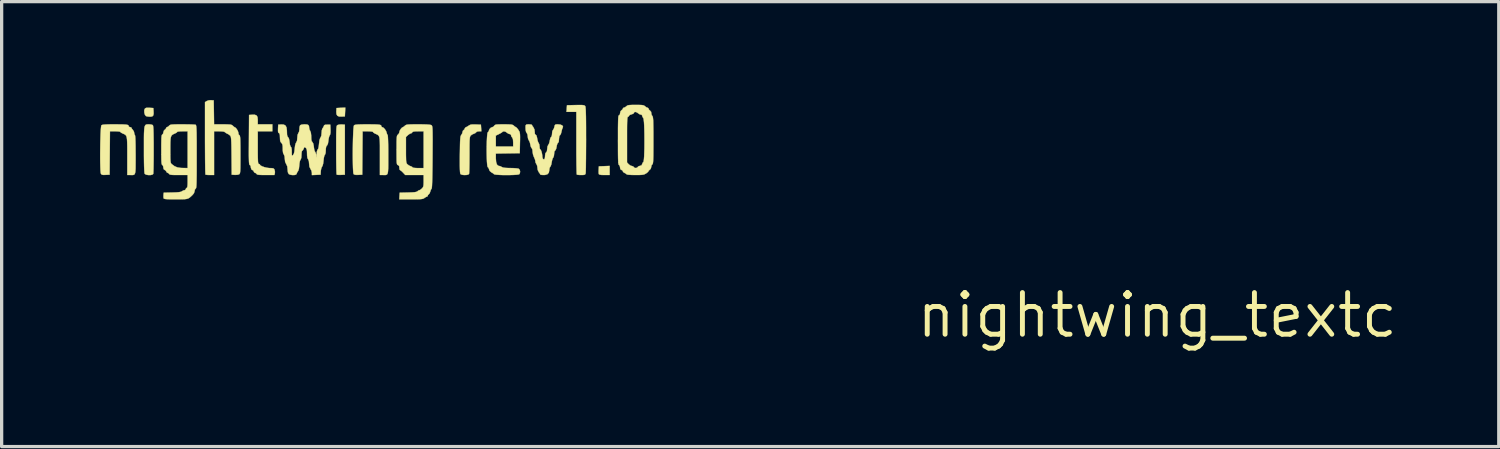
<source format=kicad_pcb>
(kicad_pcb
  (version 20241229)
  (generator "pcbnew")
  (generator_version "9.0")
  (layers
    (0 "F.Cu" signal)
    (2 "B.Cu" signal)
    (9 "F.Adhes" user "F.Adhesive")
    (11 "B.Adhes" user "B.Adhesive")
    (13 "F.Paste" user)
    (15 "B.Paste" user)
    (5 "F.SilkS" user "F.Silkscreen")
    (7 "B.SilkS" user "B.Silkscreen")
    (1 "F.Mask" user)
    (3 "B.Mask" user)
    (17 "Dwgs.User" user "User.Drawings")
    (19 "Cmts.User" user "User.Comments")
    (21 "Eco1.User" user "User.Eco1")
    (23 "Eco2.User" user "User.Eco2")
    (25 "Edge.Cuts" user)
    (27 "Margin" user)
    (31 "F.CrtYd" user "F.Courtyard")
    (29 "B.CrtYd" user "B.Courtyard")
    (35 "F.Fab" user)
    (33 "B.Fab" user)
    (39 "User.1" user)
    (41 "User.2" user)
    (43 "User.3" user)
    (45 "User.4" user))
  (footprint "nightwing_textc"
    (layer "F.Cu")
    (at 32.243 6.563)
    (property "Reference" "nightwing_textc" (at 0 0 0) (layer "F.SilkS") (effects (font (size 1.27 1.27) (thickness 0.15))))
    (attr through_hole)
    (fp_poly (pts (xy -24.769 -6.198) (xy -24.776 -6.064) (xy -24.874 -6.058) (xy -24.951 -6.06) (xy -25 -6.081) (xy -25.007 -6.087) (xy -25.031 -6.131) (xy -25.037 -6.202) (xy -25.036 -6.22) (xy -25.03 -6.318) (xy -24.896 -6.325) (xy -24.763 -6.331) (xy -24.769 -6.198)) (stroke (width 0.01) (type solid)) (fill yes) (layer "F.SilkS"))
    (fp_poly (pts (xy -16.701 -4.276) (xy -16.86 -4.276) (xy -16.95 -4.278) (xy -17.005 -4.287) (xy -17.029 -4.302) (xy -17.031 -4.305) (xy -17.036 -4.342) (xy -17.037 -4.404) (xy -17.035 -4.437) (xy -17.029 -4.54) (xy -16.865 -4.546) (xy -16.701 -4.553) (xy -16.701 -4.276)) (stroke (width 0.01) (type solid)) (fill yes) (layer "F.SilkS"))
    (fp_poly (pts (xy -30.738 -6.325) (xy -30.618 -6.318) (xy -30.611 -6.236) (xy -30.608 -6.147) (xy -30.62 -6.092) (xy -30.651 -6.063) (xy -30.706 -6.054) (xy -30.719 -6.054) (xy -30.783 -6.059) (xy -30.834 -6.071) (xy -30.843 -6.075) (xy -30.873 -6.113) (xy -30.891 -6.175) (xy -30.894 -6.241) (xy -30.882 -6.287) (xy -30.862 -6.312) (xy -30.831 -6.324) (xy -30.775 -6.326) (xy -30.738 -6.325)) (stroke (width 0.01) (type solid)) (fill yes) (layer "F.SilkS"))
    (fp_poly (pts (xy -24.865 -5.817) (xy -24.776 -5.81) (xy -24.776 -4.286) (xy -24.893 -4.28) (xy -24.96 -4.279) (xy -25.009 -4.283) (xy -25.025 -4.289) (xy -25.029 -4.313) (xy -25.032 -4.374) (xy -25.035 -4.468) (xy -25.037 -4.589) (xy -25.039 -4.733) (xy -25.04 -4.895) (xy -25.04 -5.04) (xy -25.04 -5.236) (xy -25.04 -5.394) (xy -25.039 -5.518) (xy -25.037 -5.613) (xy -25.034 -5.682) (xy -25.03 -5.731) (xy -25.025 -5.763) (xy -25.018 -5.782) (xy -25.008 -5.793) (xy -24.997 -5.8) (xy -24.949 -5.813) (xy -24.882 -5.818) (xy -24.865 -5.817)) (stroke (width 0.01) (type solid)) (fill yes) (layer "F.SilkS"))
    (fp_poly (pts (xy -30.747 -5.821) (xy -30.685 -5.815) (xy -30.64 -5.801) (xy -30.632 -5.795) (xy -30.625 -5.776) (xy -30.619 -5.731) (xy -30.614 -5.658) (xy -30.611 -5.554) (xy -30.609 -5.416) (xy -30.607 -5.242) (xy -30.607 -5.056) (xy -30.607 -4.885) (xy -30.608 -4.727) (xy -30.61 -4.587) (xy -30.612 -4.47) (xy -30.615 -4.381) (xy -30.618 -4.325) (xy -30.62 -4.309) (xy -30.649 -4.286) (xy -30.704 -4.274) (xy -30.769 -4.274) (xy -30.831 -4.285) (xy -30.874 -4.307) (xy -30.881 -4.317) (xy -30.888 -4.351) (xy -30.893 -4.424) (xy -30.898 -4.536) (xy -30.901 -4.683) (xy -30.903 -4.864) (xy -30.903 -5.056) (xy -30.903 -5.256) (xy -30.903 -5.418) (xy -30.901 -5.545) (xy -30.896 -5.642) (xy -30.889 -5.714) (xy -30.878 -5.763) (xy -30.862 -5.794) (xy -30.84 -5.812) (xy -30.812 -5.819) (xy -30.777 -5.821) (xy -30.747 -5.821)) (stroke (width 0.01) (type solid)) (fill yes) (layer "F.SilkS"))
    (fp_poly (pts (xy -17.548 -6.41) (xy -17.498 -6.405) (xy -17.468 -6.396) (xy -17.45 -6.382) (xy -17.447 -6.378) (xy -17.44 -6.36) (xy -17.435 -6.322) (xy -17.43 -6.261) (xy -17.427 -6.175) (xy -17.424 -6.06) (xy -17.422 -5.914) (xy -17.421 -5.733) (xy -17.421 -5.515) (xy -17.42 -5.356) (xy -17.421 -5.155) (xy -17.422 -4.965) (xy -17.423 -4.791) (xy -17.425 -4.638) (xy -17.426 -4.511) (xy -17.429 -4.412) (xy -17.431 -4.348) (xy -17.434 -4.323) (xy -17.446 -4.296) (xy -17.47 -4.282) (xy -17.519 -4.276) (xy -17.567 -4.276) (xy -17.635 -4.278) (xy -17.685 -4.284) (xy -17.702 -4.29) (xy -17.705 -4.313) (xy -17.708 -4.375) (xy -17.71 -4.47) (xy -17.713 -4.594) (xy -17.714 -4.744) (xy -17.716 -4.914) (xy -17.716 -5.101) (xy -17.716 -5.253) (xy -17.716 -6.202) (xy -18.015 -6.202) (xy -18.009 -6.302) (xy -18.002 -6.403) (xy -17.738 -6.409) (xy -17.626 -6.411) (xy -17.548 -6.41)) (stroke (width 0.01) (type solid)) (fill yes) (layer "F.SilkS"))
    (fp_poly (pts (xy -20.784 -5.817) (xy -20.627 -5.81) (xy -20.614 -5.609) (xy -20.687 -5.609) (xy -20.742 -5.601) (xy -20.771 -5.581) (xy -20.771 -5.58) (xy -20.798 -5.554) (xy -20.837 -5.537) (xy -20.896 -5.511) (xy -20.934 -5.482) (xy -20.947 -5.467) (xy -20.957 -5.447) (xy -20.964 -5.418) (xy -20.969 -5.374) (xy -20.973 -5.31) (xy -20.975 -5.22) (xy -20.976 -5.1) (xy -20.976 -4.944) (xy -20.976 -4.891) (xy -20.977 -4.742) (xy -20.978 -4.605) (xy -20.98 -4.487) (xy -20.983 -4.395) (xy -20.986 -4.333) (xy -20.989 -4.309) (xy -21.017 -4.288) (xy -21.071 -4.277) (xy -21.137 -4.275) (xy -21.2 -4.282) (xy -21.244 -4.3) (xy -21.25 -4.306) (xy -21.258 -4.329) (xy -21.264 -4.379) (xy -21.268 -4.459) (xy -21.27 -4.571) (xy -21.27 -4.72) (xy -21.269 -4.896) (xy -21.266 -5.067) (xy -21.264 -5.201) (xy -21.261 -5.302) (xy -21.256 -5.376) (xy -21.251 -5.428) (xy -21.244 -5.462) (xy -21.234 -5.485) (xy -21.225 -5.498) (xy -21.196 -5.547) (xy -21.188 -5.585) (xy -21.175 -5.627) (xy -21.156 -5.644) (xy -21.128 -5.671) (xy -21.124 -5.686) (xy -21.107 -5.718) (xy -21.087 -5.73) (xy -21.044 -5.752) (xy -20.996 -5.783) (xy -20.957 -5.805) (xy -20.908 -5.816) (xy -20.834 -5.818) (xy -20.784 -5.817)) (stroke (width 0.01) (type solid)) (fill yes) (layer "F.SilkS"))
    (fp_poly (pts (xy -27.522 -6.113) (xy -27.469 -6.092) (xy -27.441 -6.045) (xy -27.432 -5.965) (xy -27.432 -5.947) (xy -27.432 -5.821) (xy -26.988 -5.821) (xy -26.988 -5.609) (xy -27.432 -5.609) (xy -27.432 -5.112) (xy -27.432 -4.952) (xy -27.431 -4.83) (xy -27.428 -4.74) (xy -27.425 -4.679) (xy -27.419 -4.641) (xy -27.412 -4.621) (xy -27.402 -4.614) (xy -27.4 -4.614) (xy -27.372 -4.604) (xy -27.369 -4.595) (xy -27.349 -4.568) (xy -27.299 -4.54) (xy -27.229 -4.515) (xy -27.15 -4.496) (xy -27.074 -4.487) (xy -27.065 -4.487) (xy -26.995 -4.485) (xy -26.954 -4.476) (xy -26.931 -4.456) (xy -26.921 -4.436) (xy -26.908 -4.375) (xy -26.911 -4.33) (xy -26.925 -4.276) (xy -27.19 -4.276) (xy -27.304 -4.277) (xy -27.382 -4.28) (xy -27.431 -4.286) (xy -27.457 -4.296) (xy -27.467 -4.307) (xy -27.494 -4.336) (xy -27.51 -4.339) (xy -27.541 -4.357) (xy -27.553 -4.381) (xy -27.573 -4.416) (xy -27.591 -4.424) (xy -27.622 -4.443) (xy -27.641 -4.492) (xy -27.644 -4.529) (xy -27.659 -4.568) (xy -27.676 -4.58) (xy -27.684 -4.587) (xy -27.691 -4.606) (xy -27.696 -4.639) (xy -27.7 -4.69) (xy -27.702 -4.764) (xy -27.704 -4.865) (xy -27.704 -4.997) (xy -27.703 -5.163) (xy -27.702 -5.349) (xy -27.697 -6.107) (xy -27.607 -6.113) (xy -27.522 -6.113)) (stroke (width 0.01) (type solid)) (fill yes) (layer "F.SilkS"))
    (fp_poly (pts (xy -28.776 -6.551) (xy -28.77 -6.186) (xy -28.765 -5.821) (xy -28.5 -5.821) (xy -28.388 -5.82) (xy -28.311 -5.817) (xy -28.259 -5.812) (xy -28.225 -5.801) (xy -28.202 -5.786) (xy -28.194 -5.779) (xy -28.16 -5.748) (xy -28.142 -5.736) (xy -28.11 -5.719) (xy -28.073 -5.676) (xy -28.042 -5.623) (xy -28.025 -5.574) (xy -28.025 -5.565) (xy -28.015 -5.514) (xy -27.993 -5.49) (xy -27.983 -5.481) (xy -27.976 -5.46) (xy -27.97 -5.422) (xy -27.966 -5.363) (xy -27.964 -5.278) (xy -27.962 -5.162) (xy -27.961 -5.011) (xy -27.961 -4.899) (xy -27.961 -4.727) (xy -27.962 -4.593) (xy -27.963 -4.491) (xy -27.966 -4.417) (xy -27.97 -4.367) (xy -27.976 -4.334) (xy -27.984 -4.314) (xy -27.994 -4.303) (xy -28.004 -4.296) (xy -28.053 -4.283) (xy -28.119 -4.279) (xy -28.137 -4.28) (xy -28.226 -4.286) (xy -28.231 -4.863) (xy -28.233 -5.036) (xy -28.235 -5.171) (xy -28.238 -5.273) (xy -28.242 -5.349) (xy -28.247 -5.402) (xy -28.253 -5.437) (xy -28.262 -5.461) (xy -28.273 -5.476) (xy -28.277 -5.48) (xy -28.324 -5.517) (xy -28.359 -5.534) (xy -28.407 -5.56) (xy -28.428 -5.578) (xy -28.46 -5.597) (xy -28.522 -5.606) (xy -28.609 -5.609) (xy -28.765 -5.609) (xy -28.765 -4.276) (xy -28.889 -4.276) (xy -28.958 -4.278) (xy -29.009 -4.284) (xy -29.027 -4.29) (xy -29.029 -4.313) (xy -29.032 -4.375) (xy -29.034 -4.471) (xy -29.036 -4.597) (xy -29.038 -4.749) (xy -29.039 -4.924) (xy -29.04 -5.118) (xy -29.041 -5.325) (xy -29.041 -5.401) (xy -29.041 -6.497) (xy -28.989 -6.531) (xy -28.924 -6.554) (xy -28.857 -6.558) (xy -28.776 -6.551)) (stroke (width 0.01) (type solid)) (fill yes) (layer "F.SilkS"))
    (fp_poly (pts (xy -23.951 -5.82) (xy -23.841 -5.818) (xy -23.763 -5.814) (xy -23.711 -5.807) (xy -23.681 -5.797) (xy -23.667 -5.782) (xy -23.664 -5.766) (xy -23.649 -5.739) (xy -23.638 -5.736) (xy -23.598 -5.718) (xy -23.555 -5.673) (xy -23.519 -5.615) (xy -23.503 -5.569) (xy -23.488 -5.519) (xy -23.471 -5.491) (xy -23.471 -5.491) (xy -23.466 -5.468) (xy -23.462 -5.408) (xy -23.458 -5.316) (xy -23.455 -5.199) (xy -23.453 -5.061) (xy -23.453 -4.909) (xy -23.453 -4.891) (xy -23.453 -4.713) (xy -23.453 -4.573) (xy -23.455 -4.467) (xy -23.46 -4.389) (xy -23.468 -4.336) (xy -23.482 -4.302) (xy -23.503 -4.284) (xy -23.531 -4.276) (xy -23.567 -4.275) (xy -23.613 -4.276) (xy -23.707 -4.276) (xy -23.707 -4.861) (xy -23.707 -5.037) (xy -23.707 -5.176) (xy -23.709 -5.283) (xy -23.714 -5.362) (xy -23.722 -5.419) (xy -23.735 -5.458) (xy -23.754 -5.485) (xy -23.78 -5.504) (xy -23.813 -5.521) (xy -23.85 -5.536) (xy -23.895 -5.562) (xy -23.918 -5.585) (xy -23.918 -5.588) (xy -23.938 -5.599) (xy -23.991 -5.606) (xy -24.067 -5.609) (xy -24.077 -5.609) (xy -24.235 -5.609) (xy -24.246 -4.286) (xy -24.365 -4.28) (xy -24.447 -4.28) (xy -24.495 -4.293) (xy -24.509 -4.305) (xy -24.517 -4.335) (xy -24.523 -4.402) (xy -24.528 -4.498) (xy -24.531 -4.619) (xy -24.533 -4.757) (xy -24.534 -4.906) (xy -24.533 -5.062) (xy -24.531 -5.216) (xy -24.528 -5.364) (xy -24.523 -5.5) (xy -24.518 -5.616) (xy -24.511 -5.707) (xy -24.503 -5.768) (xy -24.496 -5.79) (xy -24.476 -5.802) (xy -24.438 -5.81) (xy -24.378 -5.816) (xy -24.289 -5.819) (xy -24.165 -5.821) (xy -24.098 -5.821) (xy -23.951 -5.82)) (stroke (width 0.01) (type solid)) (fill yes) (layer "F.SilkS"))
    (fp_poly (pts (xy -31.656 -5.82) (xy -31.546 -5.818) (xy -31.468 -5.814) (xy -31.416 -5.807) (xy -31.386 -5.797) (xy -31.372 -5.782) (xy -31.369 -5.766) (xy -31.351 -5.742) (xy -31.327 -5.736) (xy -31.292 -5.727) (xy -31.284 -5.715) (xy -31.271 -5.686) (xy -31.242 -5.652) (xy -31.21 -5.602) (xy -31.2 -5.557) (xy -31.192 -5.513) (xy -31.178 -5.493) (xy -31.172 -5.468) (xy -31.166 -5.403) (xy -31.162 -5.3) (xy -31.159 -5.163) (xy -31.158 -4.993) (xy -31.157 -4.891) (xy -31.157 -4.713) (xy -31.158 -4.573) (xy -31.159 -4.467) (xy -31.164 -4.389) (xy -31.173 -4.336) (xy -31.187 -4.302) (xy -31.207 -4.284) (xy -31.235 -4.276) (xy -31.272 -4.275) (xy -31.318 -4.276) (xy -31.411 -4.276) (xy -31.411 -4.858) (xy -31.411 -5.037) (xy -31.412 -5.178) (xy -31.415 -5.287) (xy -31.42 -5.368) (xy -31.429 -5.427) (xy -31.443 -5.468) (xy -31.463 -5.495) (xy -31.49 -5.515) (xy -31.525 -5.531) (xy -31.555 -5.544) (xy -31.601 -5.567) (xy -31.623 -5.588) (xy -31.623 -5.591) (xy -31.642 -5.599) (xy -31.694 -5.606) (xy -31.767 -5.609) (xy -31.781 -5.609) (xy -31.94 -5.609) (xy -31.951 -4.286) (xy -32.072 -4.28) (xy -32.142 -4.278) (xy -32.183 -4.285) (xy -32.207 -4.304) (xy -32.216 -4.318) (xy -32.223 -4.353) (xy -32.229 -4.424) (xy -32.233 -4.523) (xy -32.236 -4.646) (xy -32.238 -4.785) (xy -32.238 -4.935) (xy -32.236 -5.09) (xy -32.234 -5.243) (xy -32.23 -5.389) (xy -32.226 -5.521) (xy -32.22 -5.634) (xy -32.213 -5.721) (xy -32.206 -5.775) (xy -32.2 -5.791) (xy -32.179 -5.803) (xy -32.139 -5.811) (xy -32.074 -5.816) (xy -31.978 -5.82) (xy -31.848 -5.821) (xy -31.803 -5.821) (xy -31.656 -5.82)) (stroke (width 0.01) (type solid)) (fill yes) (layer "F.SilkS"))
    (fp_poly (pts (xy -19.816 -5.82) (xy -19.738 -5.817) (xy -19.687 -5.812) (xy -19.653 -5.801) (xy -19.629 -5.786) (xy -19.622 -5.779) (xy -19.585 -5.748) (xy -19.561 -5.736) (xy -19.539 -5.72) (xy -19.504 -5.68) (xy -19.486 -5.655) (xy -19.465 -5.622) (xy -19.449 -5.592) (xy -19.44 -5.556) (xy -19.435 -5.507) (xy -19.433 -5.436) (xy -19.434 -5.335) (xy -19.436 -5.258) (xy -19.442 -4.942) (xy -20.172 -4.931) (xy -20.172 -4.783) (xy -20.163 -4.669) (xy -20.137 -4.593) (xy -20.093 -4.555) (xy -20.065 -4.551) (xy -20.023 -4.539) (xy -19.991 -4.52) (xy -19.954 -4.504) (xy -19.891 -4.494) (xy -19.796 -4.489) (xy -19.731 -4.488) (xy -19.635 -4.486) (xy -19.552 -4.48) (xy -19.493 -4.472) (xy -19.472 -4.465) (xy -19.441 -4.428) (xy -19.431 -4.373) (xy -19.444 -4.319) (xy -19.456 -4.301) (xy -19.487 -4.291) (xy -19.551 -4.283) (xy -19.639 -4.278) (xy -19.743 -4.275) (xy -19.854 -4.274) (xy -19.965 -4.275) (xy -20.066 -4.279) (xy -20.15 -4.285) (xy -20.207 -4.293) (xy -20.229 -4.303) (xy -20.26 -4.33) (xy -20.305 -4.355) (xy -20.358 -4.4) (xy -20.376 -4.443) (xy -20.394 -4.492) (xy -20.418 -4.517) (xy -20.428 -4.541) (xy -20.436 -4.601) (xy -20.443 -4.689) (xy -20.447 -4.798) (xy -20.45 -4.92) (xy -20.451 -5.05) (xy -20.449 -5.18) (xy -20.446 -5.303) (xy -20.441 -5.411) (xy -20.436 -5.478) (xy -20.172 -5.478) (xy -20.172 -5.144) (xy -19.643 -5.144) (xy -19.643 -5.268) (xy -19.648 -5.357) (xy -19.666 -5.409) (xy -19.674 -5.419) (xy -19.702 -5.46) (xy -19.706 -5.485) (xy -19.722 -5.518) (xy -19.748 -5.524) (xy -19.795 -5.539) (xy -19.833 -5.567) (xy -19.882 -5.599) (xy -19.932 -5.609) (xy -19.967 -5.593) (xy -19.97 -5.59) (xy -19.994 -5.57) (xy -20.044 -5.541) (xy -20.077 -5.524) (xy -20.172 -5.478) (xy -20.436 -5.478) (xy -20.434 -5.498) (xy -20.426 -5.557) (xy -20.415 -5.58) (xy -20.388 -5.609) (xy -20.384 -5.629) (xy -20.366 -5.675) (xy -20.326 -5.716) (xy -20.28 -5.736) (xy -20.276 -5.736) (xy -20.242 -5.752) (xy -20.219 -5.779) (xy -20.205 -5.796) (xy -20.182 -5.808) (xy -20.145 -5.816) (xy -20.084 -5.819) (xy -19.993 -5.821) (xy -19.928 -5.821) (xy -19.816 -5.82)) (stroke (width 0.01) (type solid)) (fill yes) (layer "F.SilkS"))
    (fp_poly (pts (xy -22.386 -5.82) (xy -22.274 -5.816) (xy -22.196 -5.81) (xy -22.149 -5.801) (xy -22.133 -5.794) (xy -22.124 -5.785) (xy -22.117 -5.77) (xy -22.111 -5.746) (xy -22.106 -5.708) (xy -22.103 -5.653) (xy -22.101 -5.578) (xy -22.1 -5.477) (xy -22.099 -5.349) (xy -22.1 -5.188) (xy -22.101 -4.992) (xy -22.102 -4.819) (xy -22.104 -4.57) (xy -22.107 -4.361) (xy -22.11 -4.191) (xy -22.114 -4.057) (xy -22.118 -3.959) (xy -22.123 -3.895) (xy -22.129 -3.862) (xy -22.132 -3.857) (xy -22.153 -3.827) (xy -22.17 -3.776) (xy -22.171 -3.772) (xy -22.19 -3.72) (xy -22.214 -3.691) (xy -22.216 -3.69) (xy -22.243 -3.663) (xy -22.246 -3.649) (xy -22.259 -3.622) (xy -22.269 -3.619) (xy -22.301 -3.607) (xy -22.345 -3.578) (xy -22.346 -3.577) (xy -22.369 -3.562) (xy -22.398 -3.55) (xy -22.438 -3.543) (xy -22.497 -3.538) (xy -22.582 -3.536) (xy -22.7 -3.535) (xy -22.758 -3.535) (xy -23.116 -3.535) (xy -23.11 -3.635) (xy -23.103 -3.736) (xy -22.846 -3.742) (xy -22.728 -3.746) (xy -22.646 -3.752) (xy -22.595 -3.762) (xy -22.567 -3.775) (xy -22.563 -3.779) (xy -22.528 -3.805) (xy -22.509 -3.81) (xy -22.476 -3.824) (xy -22.433 -3.858) (xy -22.427 -3.864) (xy -22.4 -3.894) (xy -22.384 -3.927) (xy -22.376 -3.974) (xy -22.373 -4.047) (xy -22.373 -4.097) (xy -22.373 -4.276) (xy -22.934 -4.276) (xy -23.002 -4.35) (xy -23.047 -4.394) (xy -23.082 -4.42) (xy -23.092 -4.424) (xy -23.107 -4.442) (xy -23.114 -4.488) (xy -23.114 -4.495) (xy -23.121 -4.55) (xy -23.147 -4.575) (xy -23.156 -4.578) (xy -23.17 -4.584) (xy -23.181 -4.595) (xy -23.188 -4.619) (xy -23.194 -4.659) (xy -23.197 -4.722) (xy -23.198 -4.814) (xy -23.199 -4.938) (xy -23.199 -5.036) (xy -23.198 -5.184) (xy -23.198 -5.296) (xy -23.195 -5.377) (xy -23.191 -5.433) (xy -23.191 -5.436) (xy -22.913 -5.436) (xy -22.913 -5.041) (xy -22.913 -4.902) (xy -22.911 -4.799) (xy -22.909 -4.725) (xy -22.904 -4.675) (xy -22.896 -4.642) (xy -22.884 -4.62) (xy -22.869 -4.602) (xy -22.868 -4.602) (xy -22.815 -4.563) (xy -22.768 -4.543) (xy -22.727 -4.526) (xy -22.712 -4.508) (xy -22.692 -4.498) (xy -22.639 -4.491) (xy -22.561 -4.487) (xy -22.543 -4.487) (xy -22.373 -4.487) (xy -22.373 -5.609) (xy -22.54 -5.609) (xy -22.63 -5.607) (xy -22.685 -5.6) (xy -22.713 -5.587) (xy -22.719 -5.577) (xy -22.747 -5.549) (xy -22.763 -5.546) (xy -22.798 -5.532) (xy -22.845 -5.499) (xy -22.854 -5.491) (xy -22.913 -5.436) (xy -23.191 -5.436) (xy -23.185 -5.468) (xy -23.176 -5.49) (xy -23.164 -5.503) (xy -23.156 -5.508) (xy -23.123 -5.549) (xy -23.114 -5.585) (xy -23.101 -5.629) (xy -23.071 -5.679) (xy -23.034 -5.72) (xy -23.003 -5.736) (xy -22.978 -5.75) (xy -22.945 -5.779) (xy -22.926 -5.794) (xy -22.902 -5.805) (xy -22.866 -5.813) (xy -22.812 -5.817) (xy -22.732 -5.82) (xy -22.62 -5.821) (xy -22.536 -5.821) (xy -22.386 -5.82)) (stroke (width 0.01) (type solid)) (fill yes) (layer "F.SilkS"))
    (fp_poly (pts (xy -18.2 -5.812) (xy -18.146 -5.788) (xy -18.123 -5.753) (xy -18.132 -5.721) (xy -18.151 -5.675) (xy -18.167 -5.611) (xy -18.171 -5.591) (xy -18.187 -5.533) (xy -18.208 -5.495) (xy -18.216 -5.489) (xy -18.237 -5.459) (xy -18.245 -5.389) (xy -18.246 -5.373) (xy -18.252 -5.297) (xy -18.271 -5.26) (xy -18.275 -5.258) (xy -18.295 -5.232) (xy -18.312 -5.177) (xy -18.318 -5.141) (xy -18.333 -5.073) (xy -18.354 -5.031) (xy -18.363 -5.024) (xy -18.386 -4.993) (xy -18.394 -4.923) (xy -18.394 -4.922) (xy -18.401 -4.857) (xy -18.418 -4.813) (xy -18.423 -4.807) (xy -18.442 -4.773) (xy -18.459 -4.713) (xy -18.467 -4.668) (xy -18.48 -4.599) (xy -18.499 -4.546) (xy -18.512 -4.529) (xy -18.532 -4.492) (xy -18.542 -4.434) (xy -18.542 -4.425) (xy -18.555 -4.349) (xy -18.596 -4.301) (xy -18.669 -4.278) (xy -18.718 -4.276) (xy -18.776 -4.279) (xy -18.812 -4.288) (xy -18.817 -4.294) (xy -18.83 -4.321) (xy -18.86 -4.36) (xy -18.894 -4.43) (xy -18.902 -4.492) (xy -18.91 -4.554) (xy -18.929 -4.601) (xy -18.934 -4.607) (xy -18.959 -4.653) (xy -18.965 -4.69) (xy -18.975 -4.742) (xy -19 -4.805) (xy -19.008 -4.82) (xy -19.036 -4.896) (xy -19.05 -4.978) (xy -19.05 -4.989) (xy -19.057 -5.053) (xy -19.074 -5.091) (xy -19.079 -5.095) (xy -19.099 -5.125) (xy -19.115 -5.18) (xy -19.119 -5.203) (xy -19.134 -5.269) (xy -19.157 -5.322) (xy -19.165 -5.332) (xy -19.187 -5.377) (xy -19.198 -5.44) (xy -19.198 -5.45) (xy -19.206 -5.509) (xy -19.224 -5.55) (xy -19.228 -5.554) (xy -19.249 -5.589) (xy -19.262 -5.646) (xy -19.263 -5.662) (xy -19.266 -5.743) (xy -19.262 -5.79) (xy -19.244 -5.813) (xy -19.207 -5.82) (xy -19.166 -5.821) (xy -19.11 -5.817) (xy -19.076 -5.808) (xy -19.071 -5.803) (xy -19.059 -5.776) (xy -19.029 -5.736) (xy -18.994 -5.664) (xy -18.986 -5.595) (xy -18.981 -5.532) (xy -18.965 -5.505) (xy -18.957 -5.503) (xy -18.934 -5.482) (xy -18.916 -5.42) (xy -18.912 -5.393) (xy -18.898 -5.325) (xy -18.879 -5.271) (xy -18.868 -5.254) (xy -18.849 -5.215) (xy -18.839 -5.155) (xy -18.838 -5.142) (xy -18.834 -5.09) (xy -18.822 -5.061) (xy -18.818 -5.059) (xy -18.8 -5.04) (xy -18.78 -4.992) (xy -18.764 -4.927) (xy -18.755 -4.859) (xy -18.754 -4.834) (xy -18.744 -4.785) (xy -18.722 -4.756) (xy -18.697 -4.754) (xy -18.681 -4.776) (xy -18.673 -4.819) (xy -18.669 -4.878) (xy -18.669 -4.881) (xy -18.66 -4.94) (xy -18.637 -4.967) (xy -18.614 -4.997) (xy -18.606 -5.065) (xy -18.605 -5.07) (xy -18.596 -5.146) (xy -18.571 -5.196) (xy -18.571 -5.196) (xy -18.547 -5.238) (xy -18.53 -5.301) (xy -18.526 -5.326) (xy -18.513 -5.386) (xy -18.495 -5.426) (xy -18.486 -5.433) (xy -18.466 -5.462) (xy -18.457 -5.525) (xy -18.457 -5.535) (xy -18.451 -5.599) (xy -18.433 -5.644) (xy -18.428 -5.65) (xy -18.404 -5.686) (xy -18.386 -5.742) (xy -18.385 -5.748) (xy -18.373 -5.794) (xy -18.352 -5.815) (xy -18.308 -5.821) (xy -18.281 -5.821) (xy -18.2 -5.812)) (stroke (width 0.01) (type solid)) (fill yes) (layer "F.SilkS"))
    (fp_poly (pts (xy -29.608 -5.82) (xy -29.499 -5.818) (xy -29.41 -5.815) (xy -29.35 -5.811) (xy -29.328 -5.808) (xy -29.32 -5.801) (xy -29.314 -5.786) (xy -29.308 -5.758) (xy -29.304 -5.714) (xy -29.301 -5.65) (xy -29.298 -5.563) (xy -29.297 -5.45) (xy -29.295 -5.305) (xy -29.295 -5.127) (xy -29.295 -4.911) (xy -29.295 -4.834) (xy -29.295 -4.604) (xy -29.295 -4.413) (xy -29.296 -4.258) (xy -29.298 -4.134) (xy -29.3 -4.038) (xy -29.303 -3.967) (xy -29.307 -3.917) (xy -29.312 -3.885) (xy -29.319 -3.867) (xy -29.326 -3.86) (xy -29.326 -3.86) (xy -29.35 -3.832) (xy -29.358 -3.788) (xy -29.378 -3.722) (xy -29.42 -3.669) (xy -29.47 -3.621) (xy -29.511 -3.586) (xy -29.551 -3.562) (xy -29.598 -3.547) (xy -29.66 -3.539) (xy -29.744 -3.536) (xy -29.858 -3.535) (xy -29.935 -3.535) (xy -30.07 -3.535) (xy -30.169 -3.538) (xy -30.236 -3.542) (xy -30.277 -3.549) (xy -30.298 -3.558) (xy -30.302 -3.565) (xy -30.308 -3.605) (xy -30.307 -3.663) (xy -30.307 -3.665) (xy -30.3 -3.736) (xy -30.039 -3.742) (xy -29.918 -3.746) (xy -29.833 -3.753) (xy -29.779 -3.763) (xy -29.749 -3.776) (xy -29.746 -3.779) (xy -29.701 -3.805) (xy -29.674 -3.81) (xy -29.641 -3.823) (xy -29.633 -3.839) (xy -29.616 -3.872) (xy -29.602 -3.881) (xy -29.586 -3.896) (xy -29.576 -3.932) (xy -29.571 -3.997) (xy -29.57 -4.085) (xy -29.57 -4.276) (xy -29.846 -4.276) (xy -29.962 -4.276) (xy -30.043 -4.279) (xy -30.094 -4.285) (xy -30.122 -4.295) (xy -30.134 -4.307) (xy -30.161 -4.336) (xy -30.177 -4.339) (xy -30.208 -4.357) (xy -30.219 -4.38) (xy -30.247 -4.418) (xy -30.27 -4.43) (xy -30.302 -4.455) (xy -30.311 -4.504) (xy -30.321 -4.555) (xy -30.342 -4.58) (xy -30.353 -4.589) (xy -30.361 -4.612) (xy -30.367 -4.654) (xy -30.371 -4.72) (xy -30.373 -4.814) (xy -30.374 -4.942) (xy -30.374 -5.042) (xy -30.099 -5.042) (xy -30.099 -4.903) (xy -30.098 -4.8) (xy -30.095 -4.727) (xy -30.09 -4.678) (xy -30.083 -4.645) (xy -30.072 -4.624) (xy -30.056 -4.608) (xy -30.051 -4.604) (xy -29.97 -4.544) (xy -29.884 -4.508) (xy -29.781 -4.492) (xy -29.723 -4.49) (xy -29.57 -4.487) (xy -29.57 -5.609) (xy -29.729 -5.609) (xy -29.804 -5.607) (xy -29.861 -5.601) (xy -29.887 -5.592) (xy -29.887 -5.591) (xy -29.905 -5.571) (xy -29.948 -5.547) (xy -29.955 -5.544) (xy -30.003 -5.523) (xy -30.039 -5.501) (xy -30.065 -5.473) (xy -30.082 -5.432) (xy -30.092 -5.373) (xy -30.097 -5.288) (xy -30.099 -5.172) (xy -30.099 -5.042) (xy -30.374 -5.042) (xy -30.374 -5.045) (xy -30.374 -5.198) (xy -30.372 -5.314) (xy -30.37 -5.397) (xy -30.365 -5.454) (xy -30.359 -5.488) (xy -30.35 -5.506) (xy -30.342 -5.511) (xy -30.318 -5.539) (xy -30.311 -5.577) (xy -30.294 -5.63) (xy -30.268 -5.656) (xy -30.235 -5.687) (xy -30.226 -5.71) (xy -30.209 -5.734) (xy -30.199 -5.736) (xy -30.166 -5.751) (xy -30.136 -5.779) (xy -30.12 -5.794) (xy -30.098 -5.805) (xy -30.064 -5.813) (xy -30.012 -5.817) (xy -29.934 -5.82) (xy -29.825 -5.821) (xy -29.731 -5.821) (xy -29.608 -5.82)) (stroke (width 0.01) (type solid)) (fill yes) (layer "F.SilkS"))
    (fp_poly (pts (xy -15.799 -6.413) (xy -15.726 -6.41) (xy -15.678 -6.403) (xy -15.646 -6.391) (xy -15.623 -6.373) (xy -15.621 -6.371) (xy -15.579 -6.34) (xy -15.547 -6.329) (xy -15.519 -6.312) (xy -15.515 -6.298) (xy -15.498 -6.264) (xy -15.473 -6.244) (xy -15.437 -6.203) (xy -15.431 -6.161) (xy -15.42 -6.108) (xy -15.399 -6.075) (xy -15.39 -6.062) (xy -15.383 -6.039) (xy -15.378 -5.999) (xy -15.373 -5.94) (xy -15.371 -5.857) (xy -15.369 -5.746) (xy -15.367 -5.602) (xy -15.367 -5.423) (xy -15.367 -5.331) (xy -15.367 -5.135) (xy -15.368 -4.977) (xy -15.369 -4.853) (xy -15.372 -4.759) (xy -15.375 -4.692) (xy -15.38 -4.646) (xy -15.386 -4.618) (xy -15.394 -4.604) (xy -15.399 -4.601) (xy -15.422 -4.572) (xy -15.431 -4.528) (xy -15.447 -4.467) (xy -15.473 -4.44) (xy -15.506 -4.411) (xy -15.516 -4.392) (xy -15.533 -4.369) (xy -15.574 -4.335) (xy -15.592 -4.323) (xy -15.628 -4.303) (xy -15.667 -4.289) (xy -15.718 -4.281) (xy -15.791 -4.277) (xy -15.895 -4.276) (xy -15.918 -4.276) (xy -16.032 -4.278) (xy -16.118 -4.283) (xy -16.17 -4.291) (xy -16.183 -4.298) (xy -16.212 -4.322) (xy -16.247 -4.34) (xy -16.286 -4.365) (xy -16.298 -4.389) (xy -16.316 -4.418) (xy -16.341 -4.43) (xy -16.374 -4.454) (xy -16.383 -4.504) (xy -16.393 -4.555) (xy -16.415 -4.58) (xy -16.423 -4.588) (xy -16.43 -4.607) (xy -16.436 -4.641) (xy -16.44 -4.695) (xy -16.443 -4.772) (xy -16.445 -4.877) (xy -16.446 -5.012) (xy -16.446 -5.183) (xy -16.447 -5.344) (xy -16.446 -5.356) (xy -16.171 -5.356) (xy -16.171 -4.659) (xy -16.121 -4.605) (xy -16.074 -4.568) (xy -16.028 -4.551) (xy -16.025 -4.551) (xy -15.983 -4.538) (xy -15.967 -4.519) (xy -15.939 -4.494) (xy -15.895 -4.489) (xy -15.857 -4.504) (xy -15.847 -4.518) (xy -15.819 -4.542) (xy -15.776 -4.555) (xy -15.728 -4.571) (xy -15.709 -4.61) (xy -15.692 -4.653) (xy -15.672 -4.671) (xy -15.663 -4.695) (xy -15.655 -4.755) (xy -15.648 -4.845) (xy -15.644 -4.958) (xy -15.64 -5.089) (xy -15.639 -5.231) (xy -15.639 -5.377) (xy -15.64 -5.522) (xy -15.643 -5.659) (xy -15.647 -5.782) (xy -15.653 -5.885) (xy -15.661 -5.961) (xy -15.67 -6.005) (xy -15.674 -6.011) (xy -15.701 -6.053) (xy -15.706 -6.077) (xy -15.722 -6.111) (xy -15.748 -6.117) (xy -15.794 -6.132) (xy -15.833 -6.16) (xy -15.878 -6.19) (xy -15.922 -6.201) (xy -15.953 -6.19) (xy -15.96 -6.171) (xy -15.979 -6.146) (xy -16.03 -6.127) (xy -16.034 -6.126) (xy -16.084 -6.109) (xy -16.108 -6.086) (xy -16.108 -6.083) (xy -16.125 -6.057) (xy -16.14 -6.054) (xy -16.148 -6.049) (xy -16.155 -6.033) (xy -16.161 -6.001) (xy -16.165 -5.95) (xy -16.168 -5.875) (xy -16.17 -5.771) (xy -16.171 -5.636) (xy -16.171 -5.465) (xy -16.171 -5.356) (xy -16.446 -5.356) (xy -16.446 -5.544) (xy -16.446 -5.707) (xy -16.444 -5.834) (xy -16.442 -5.931) (xy -16.439 -6.002) (xy -16.435 -6.049) (xy -16.429 -6.078) (xy -16.422 -6.093) (xy -16.415 -6.096) (xy -16.39 -6.115) (xy -16.383 -6.159) (xy -16.367 -6.222) (xy -16.341 -6.249) (xy -16.307 -6.28) (xy -16.298 -6.302) (xy -16.281 -6.326) (xy -16.267 -6.329) (xy -16.229 -6.343) (xy -16.192 -6.371) (xy -16.169 -6.39) (xy -16.139 -6.402) (xy -16.092 -6.409) (xy -16.021 -6.413) (xy -15.917 -6.413) (xy -15.907 -6.413) (xy -15.799 -6.413)) (stroke (width 0.01) (type solid)) (fill yes) (layer "F.SilkS"))
    (fp_poly (pts (xy -25.927 -5.816) (xy -25.886 -5.797) (xy -25.868 -5.755) (xy -25.865 -5.708) (xy -25.852 -5.654) (xy -25.833 -5.621) (xy -25.813 -5.568) (xy -25.803 -5.48) (xy -25.802 -5.443) (xy -25.799 -5.36) (xy -25.788 -5.309) (xy -25.767 -5.281) (xy -25.741 -5.238) (xy -25.724 -5.155) (xy -25.722 -5.131) (xy -25.712 -5.06) (xy -25.697 -5.006) (xy -25.684 -4.985) (xy -25.665 -4.952) (xy -25.651 -4.895) (xy -25.648 -4.868) (xy -25.644 -4.823) (xy -25.641 -4.815) (xy -25.639 -4.845) (xy -25.637 -4.904) (xy -25.629 -4.992) (xy -25.613 -5.043) (xy -25.604 -5.052) (xy -25.585 -5.085) (xy -25.571 -5.155) (xy -25.564 -5.223) (xy -25.552 -5.329) (xy -25.531 -5.397) (xy -25.519 -5.416) (xy -25.494 -5.471) (xy -25.485 -5.561) (xy -25.485 -5.562) (xy -25.479 -5.637) (xy -25.463 -5.689) (xy -25.455 -5.699) (xy -25.426 -5.745) (xy -25.418 -5.769) (xy -25.405 -5.796) (xy -25.37 -5.808) (xy -25.315 -5.81) (xy -25.22 -5.81) (xy -25.214 -5.665) (xy -25.214 -5.571) (xy -25.224 -5.511) (xy -25.238 -5.485) (xy -25.256 -5.446) (xy -25.271 -5.38) (xy -25.278 -5.326) (xy -25.292 -5.233) (xy -25.316 -5.181) (xy -25.323 -5.175) (xy -25.346 -5.142) (xy -25.356 -5.081) (xy -25.358 -5.033) (xy -25.363 -4.951) (xy -25.379 -4.901) (xy -25.387 -4.892) (xy -25.404 -4.857) (xy -25.418 -4.791) (xy -25.426 -4.719) (xy -25.438 -4.624) (xy -25.456 -4.557) (xy -25.47 -4.534) (xy -25.491 -4.492) (xy -25.506 -4.427) (xy -25.51 -4.392) (xy -25.516 -4.286) (xy -25.781 -4.274) (xy -25.781 -4.34) (xy -25.794 -4.406) (xy -25.823 -4.46) (xy -25.856 -4.528) (xy -25.866 -4.619) (xy -25.873 -4.698) (xy -25.893 -4.75) (xy -25.897 -4.755) (xy -25.918 -4.797) (xy -25.928 -4.873) (xy -25.929 -4.929) (xy -25.932 -5.011) (xy -25.941 -5.063) (xy -25.96 -5.096) (xy -25.97 -5.106) (xy -25.999 -5.127) (xy -26.017 -5.118) (xy -26.032 -5.078) (xy -26.054 -5.035) (xy -26.076 -5.017) (xy -26.076 -5.016) (xy -26.089 -4.997) (xy -26.097 -4.944) (xy -26.099 -4.892) (xy -26.104 -4.804) (xy -26.121 -4.752) (xy -26.128 -4.743) (xy -26.146 -4.707) (xy -26.16 -4.636) (xy -26.166 -4.573) (xy -26.177 -4.469) (xy -26.199 -4.403) (xy -26.21 -4.387) (xy -26.238 -4.342) (xy -26.247 -4.311) (xy -26.265 -4.289) (xy -26.311 -4.276) (xy -26.371 -4.274) (xy -26.431 -4.282) (xy -26.479 -4.301) (xy -26.489 -4.309) (xy -26.513 -4.359) (xy -26.522 -4.443) (xy -26.522 -4.448) (xy -26.532 -4.541) (xy -26.563 -4.607) (xy -26.564 -4.609) (xy -26.597 -4.676) (xy -26.607 -4.767) (xy -26.614 -4.846) (xy -26.634 -4.898) (xy -26.638 -4.903) (xy -26.659 -4.945) (xy -26.669 -5.021) (xy -26.67 -5.077) (xy -26.672 -5.159) (xy -26.682 -5.21) (xy -26.7 -5.243) (xy -26.712 -5.255) (xy -26.738 -5.287) (xy -26.751 -5.335) (xy -26.755 -5.412) (xy -26.755 -5.416) (xy -26.758 -5.493) (xy -26.769 -5.537) (xy -26.787 -5.554) (xy -26.807 -5.571) (xy -26.815 -5.612) (xy -26.814 -5.684) (xy -26.814 -5.688) (xy -26.808 -5.81) (xy -26.719 -5.817) (xy -26.64 -5.813) (xy -26.587 -5.785) (xy -26.556 -5.727) (xy -26.544 -5.636) (xy -26.543 -5.596) (xy -26.54 -5.511) (xy -26.53 -5.459) (xy -26.51 -5.431) (xy -26.508 -5.429) (xy -26.481 -5.386) (xy -26.465 -5.302) (xy -26.463 -5.279) (xy -26.452 -5.202) (xy -26.435 -5.151) (xy -26.424 -5.137) (xy -26.405 -5.106) (xy -26.396 -5.037) (xy -26.395 -4.984) (xy -26.394 -4.911) (xy -26.391 -4.874) (xy -26.381 -4.865) (xy -26.363 -4.879) (xy -26.356 -4.886) (xy -26.33 -4.928) (xy -26.314 -4.996) (xy -26.305 -5.077) (xy -26.293 -5.18) (xy -26.272 -5.249) (xy -26.26 -5.267) (xy -26.234 -5.323) (xy -26.226 -5.413) (xy -26.226 -5.414) (xy -26.218 -5.496) (xy -26.198 -5.548) (xy -26.194 -5.553) (xy -26.172 -5.597) (xy -26.162 -5.664) (xy -26.162 -5.678) (xy -26.157 -5.74) (xy -26.143 -5.787) (xy -26.137 -5.795) (xy -26.102 -5.81) (xy -26.042 -5.819) (xy -26.001 -5.821) (xy -25.927 -5.816)) (stroke (width 0.01) (type solid)) (fill yes) (layer "F.SilkS")))
  (gr_rect
    (start -3 -3)
    (end 42.658 10.569)
    (stroke (width 0.1) (type default))
    (fill no)
    (layer "Edge.Cuts")))
</source>
